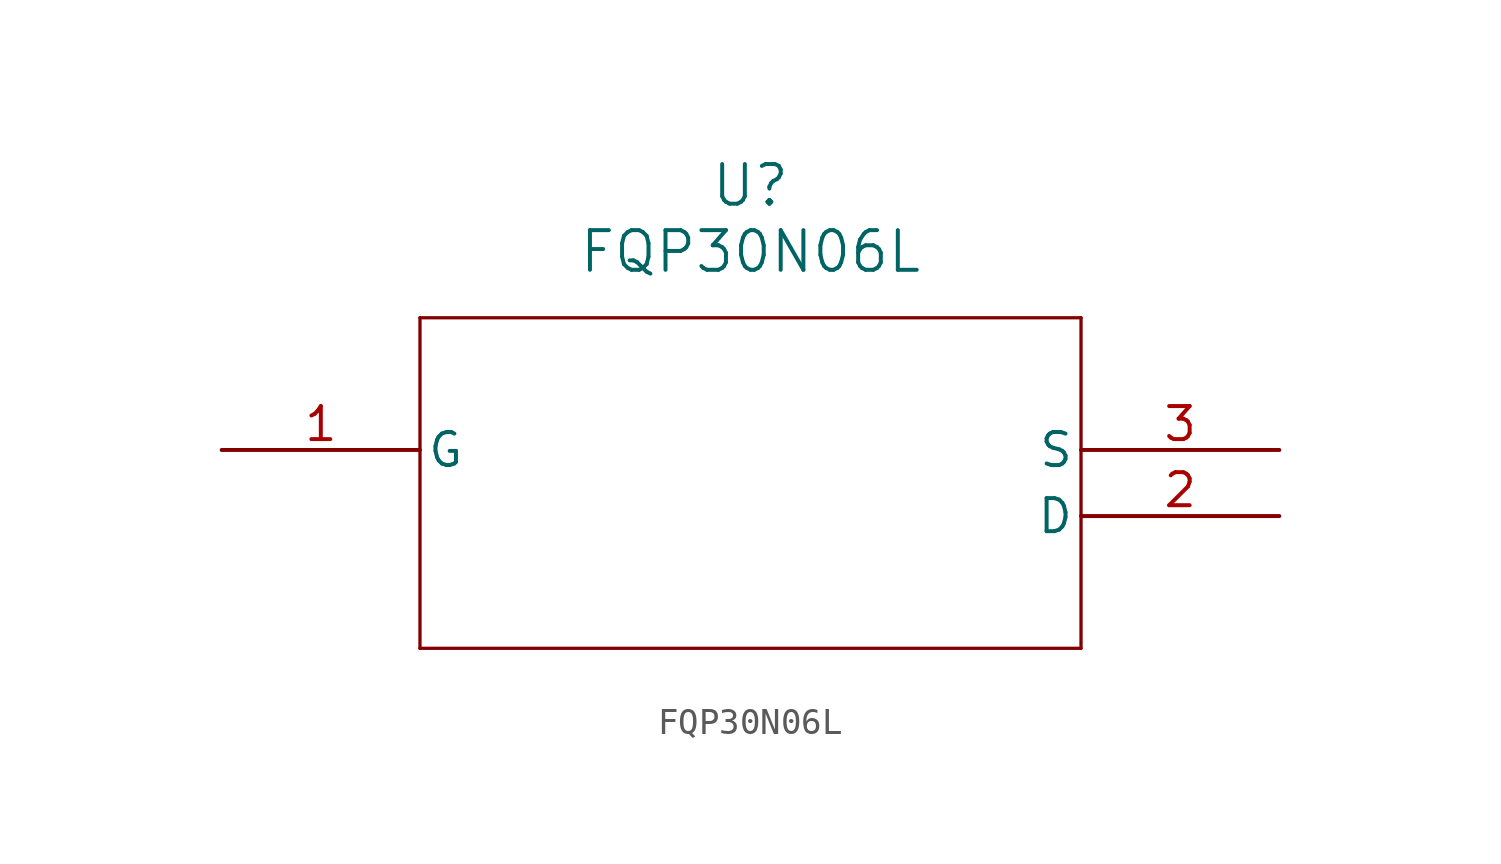
<source format=kicad_sym>
(kicad_symbol_lib
  (version 20211014)
  (generator kicad_symbol_editor)
  (symbol "FQP30N06L"
    (pin_names
      (offset 0.254))
    (property "Reference" "U"
      (at 20.32 10.16 0)
      (effects (font (size 1.524 1.524))))
    (property "Value" "FQP30N06L"
      (at 20.32 7.62 0)
      (effects (font (size 1.524 1.524))))
    (symbol "FQP30N06L_0_1"
      (polyline (pts (xy 7.62 5.08) (xy 7.62 -7.62)) (stroke (width 0.127) (type default) (color 0 0 0 0)) (fill (type none)))
      (polyline (pts (xy 7.62 -7.62) (xy 33.02 -7.62)) (stroke (width 0.127) (type default) (color 0 0 0 0)) (fill (type none)))
      (polyline (pts (xy 33.02 -7.62) (xy 33.02 5.08)) (stroke (width 0.127) (type default) (color 0 0 0 0)) (fill (type none)))
      (polyline (pts (xy 33.02 5.08) (xy 7.62 5.08)) (stroke (width 0.127) (type default) (color 0 0 0 0)) (fill (type none)))
      (pin unspecified line (at 0 0 0) (length 7.62) (name "G" (effects (font (size 1.27 1.27)))) (number "1" (effects (font (size 1.27 1.27)))))
      (pin unspecified line (at 40.64 -2.54 180) (length 7.62) (name "D" (effects (font (size 1.27 1.27)))) (number "2" (effects (font (size 1.27 1.27)))))
      (pin unspecified line (at 40.64 0 180) (length 7.62) (name "S" (effects (font (size 1.27 1.27)))) (number "3" (effects (font (size 1.27 1.27))))))))
</source>
